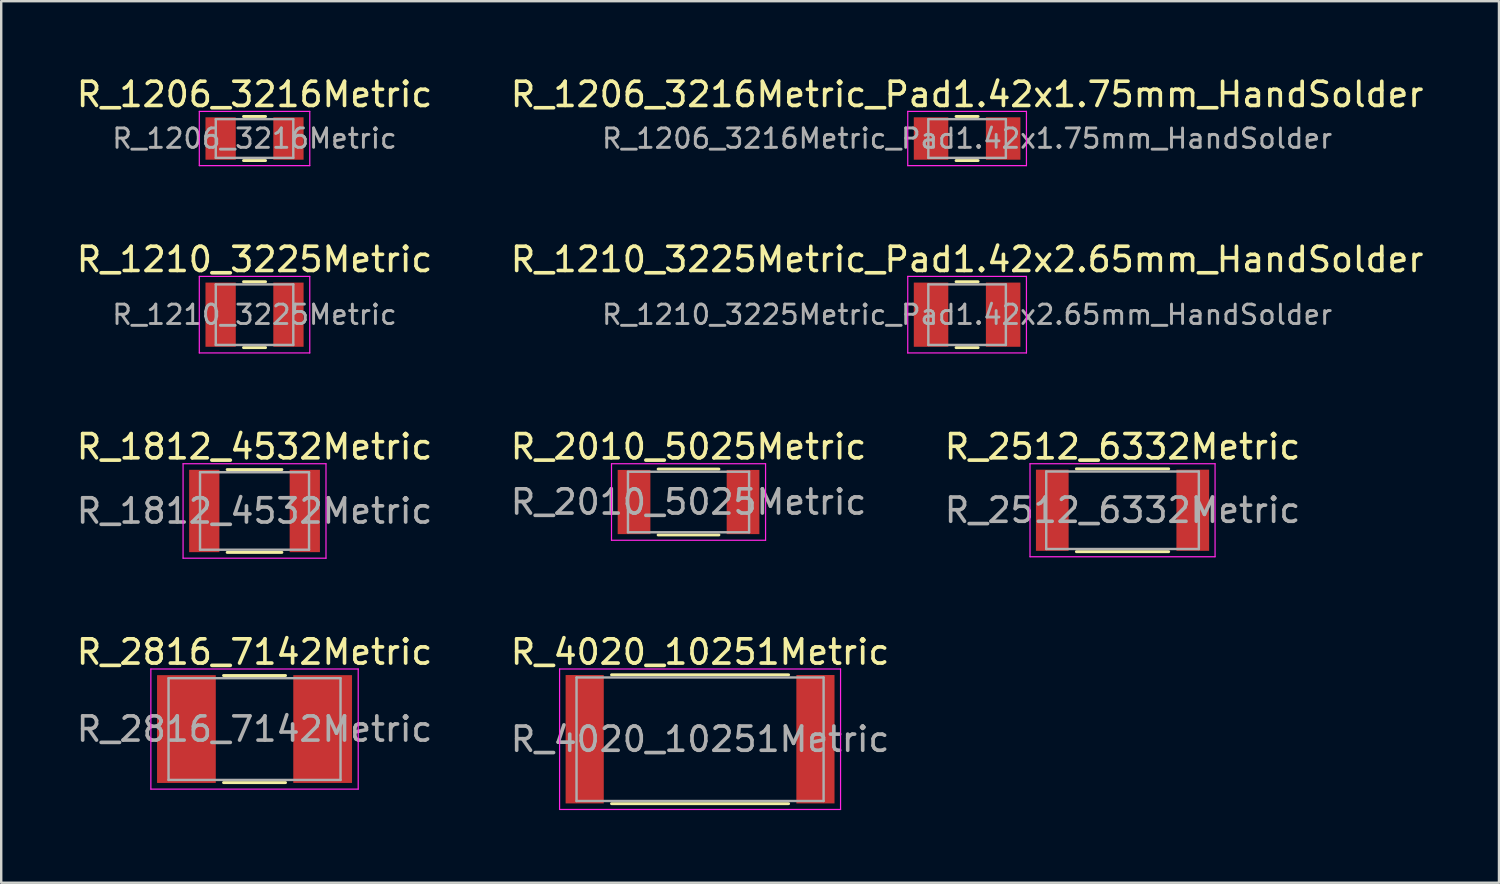
<source format=kicad_pcb>
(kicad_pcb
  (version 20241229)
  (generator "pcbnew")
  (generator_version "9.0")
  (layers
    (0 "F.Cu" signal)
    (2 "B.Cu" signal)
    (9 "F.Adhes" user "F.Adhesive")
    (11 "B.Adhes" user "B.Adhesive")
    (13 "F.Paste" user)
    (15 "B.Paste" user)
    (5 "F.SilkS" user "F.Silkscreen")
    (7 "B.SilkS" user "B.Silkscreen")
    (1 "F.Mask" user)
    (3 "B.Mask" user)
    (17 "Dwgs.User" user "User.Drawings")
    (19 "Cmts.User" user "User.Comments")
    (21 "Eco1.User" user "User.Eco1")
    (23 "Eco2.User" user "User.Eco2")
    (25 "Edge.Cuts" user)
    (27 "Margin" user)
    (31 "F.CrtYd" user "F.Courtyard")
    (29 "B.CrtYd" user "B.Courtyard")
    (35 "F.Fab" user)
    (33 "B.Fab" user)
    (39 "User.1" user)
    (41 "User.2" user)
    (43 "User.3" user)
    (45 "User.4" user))
  (footprint "R_1210_3225Metric_Pad1.42x2.65mm_HandSolder"
    (layer "F.Cu")
    (at 36.875 9.941)
    (property "Reference" "R_1210_3225Metric_Pad1.42x2.65mm_HandSolder" (at 0 -2.28 0) (layer "F.SilkS") (effects (font (size 1 1) (thickness 0.15))))
    (attr smd)
    (fp_line (start -0.455 -1.36) (end 0.455 -1.36) (stroke (width 0.12) (type solid)) (layer "F.SilkS"))
    (fp_line (start -0.455 1.36) (end 0.455 1.36) (stroke (width 0.12) (type solid)) (layer "F.SilkS"))
    (fp_line (start -2.45 -1.58) (end 2.45 -1.58) (stroke (width 0.05) (type solid)) (layer "F.CrtYd"))
    (fp_line (start -2.45 1.58) (end -2.45 -1.58) (stroke (width 0.05) (type solid)) (layer "F.CrtYd"))
    (fp_line (start 2.45 -1.58) (end 2.45 1.58) (stroke (width 0.05) (type solid)) (layer "F.CrtYd"))
    (fp_line (start 2.45 1.58) (end -2.45 1.58) (stroke (width 0.05) (type solid)) (layer "F.CrtYd"))
    (fp_line (start -1.6 -1.25) (end 1.6 -1.25) (stroke (width 0.1) (type solid)) (layer "F.Fab"))
    (fp_line (start -1.6 1.25) (end -1.6 -1.25) (stroke (width 0.1) (type solid)) (layer "F.Fab"))
    (fp_line (start 1.6 -1.25) (end 1.6 1.25) (stroke (width 0.1) (type solid)) (layer "F.Fab"))
    (fp_line (start 1.6 1.25) (end -1.6 1.25) (stroke (width 0.1) (type solid)) (layer "F.Fab"))
    (fp_text user "${REFERENCE}" (at 0 0 0) (layer "F.Fab") (effects (font (size 0.8 0.8) (thickness 0.12))))
    (pad "1" smd rect (at -1.488 0) (size 1.425 2.65) (layers "F.Cu" "F.Mask" "F.Paste"))
    (pad "2" smd rect (at 1.488 0) (size 1.425 2.65) (layers "F.Cu" "F.Mask" "F.Paste")))
  (footprint "R_1206_3216Metric"
    (layer "F.Cu")
    (at 7.458 2.668)
    (property "Reference" "R_1206_3216Metric" (at 0 -1.82 0) (layer "F.SilkS") (effects (font (size 1 1) (thickness 0.15))))
    (attr smd)
    (fp_line (start -0.455 -0.91) (end 0.455 -0.91) (stroke (width 0.12) (type solid)) (layer "F.SilkS"))
    (fp_line (start -0.455 0.91) (end 0.455 0.91) (stroke (width 0.12) (type solid)) (layer "F.SilkS"))
    (fp_line (start -2.28 -1.12) (end 2.28 -1.12) (stroke (width 0.05) (type solid)) (layer "F.CrtYd"))
    (fp_line (start -2.28 1.12) (end -2.28 -1.12) (stroke (width 0.05) (type solid)) (layer "F.CrtYd"))
    (fp_line (start 2.28 -1.12) (end 2.28 1.12) (stroke (width 0.05) (type solid)) (layer "F.CrtYd"))
    (fp_line (start 2.28 1.12) (end -2.28 1.12) (stroke (width 0.05) (type solid)) (layer "F.CrtYd"))
    (fp_line (start -1.6 -0.8) (end 1.6 -0.8) (stroke (width 0.1) (type solid)) (layer "F.Fab"))
    (fp_line (start -1.6 0.8) (end -1.6 -0.8) (stroke (width 0.1) (type solid)) (layer "F.Fab"))
    (fp_line (start 1.6 -0.8) (end 1.6 0.8) (stroke (width 0.1) (type solid)) (layer "F.Fab"))
    (fp_line (start 1.6 0.8) (end -1.6 0.8) (stroke (width 0.1) (type solid)) (layer "F.Fab"))
    (fp_text user "${REFERENCE}" (at 0 0 0) (layer "F.Fab") (effects (font (size 0.8 0.8) (thickness 0.12))))
    (pad "1" smd rect (at -1.4 0) (size 1.25 1.75) (layers "F.Cu" "F.Mask" "F.Paste"))
    (pad "2" smd rect (at 1.4 0) (size 1.25 1.75) (layers "F.Cu" "F.Mask" "F.Paste")))
  (footprint "R_2512_6332Metric"
    (layer "F.Cu")
    (at 43.292 18.015)
    (property "Reference" "R_2512_6332Metric" (at 0 -2.62 0) (layer "F.SilkS") (effects (font (size 1 1) (thickness 0.15))))
    (attr smd)
    (fp_line (start -1.905 -1.71) (end 1.905 -1.71) (stroke (width 0.12) (type solid)) (layer "F.SilkS"))
    (fp_line (start -1.905 1.71) (end 1.905 1.71) (stroke (width 0.12) (type solid)) (layer "F.SilkS"))
    (fp_line (start -3.82 -1.92) (end 3.82 -1.92) (stroke (width 0.05) (type solid)) (layer "F.CrtYd"))
    (fp_line (start -3.82 1.92) (end -3.82 -1.92) (stroke (width 0.05) (type solid)) (layer "F.CrtYd"))
    (fp_line (start 3.82 -1.92) (end 3.82 1.92) (stroke (width 0.05) (type solid)) (layer "F.CrtYd"))
    (fp_line (start 3.82 1.92) (end -3.82 1.92) (stroke (width 0.05) (type solid)) (layer "F.CrtYd"))
    (fp_line (start -3.15 -1.6) (end 3.15 -1.6) (stroke (width 0.1) (type solid)) (layer "F.Fab"))
    (fp_line (start -3.15 1.6) (end -3.15 -1.6) (stroke (width 0.1) (type solid)) (layer "F.Fab"))
    (fp_line (start 3.15 -1.6) (end 3.15 1.6) (stroke (width 0.1) (type solid)) (layer "F.Fab"))
    (fp_line (start 3.15 1.6) (end -3.15 1.6) (stroke (width 0.1) (type solid)) (layer "F.Fab"))
    (fp_text user "${REFERENCE}" (at 0 0 0) (layer "F.Fab") (effects (font (size 1 1) (thickness 0.15))))
    (pad "1" smd rect (at -2.9 0) (size 1.35 3.35) (layers "F.Cu" "F.Mask" "F.Paste"))
    (pad "2" smd rect (at 2.9 0) (size 1.35 3.35) (layers "F.Cu" "F.Mask" "F.Paste")))
  (footprint "R_4020_10251Metric"
    (layer "F.Cu")
    (at 25.851 27.468)
    (property "Reference" "R_4020_10251Metric" (at 0 -3.6 0) (layer "F.SilkS") (effects (font (size 1 1) (thickness 0.15))))
    (attr smd)
    (fp_line (start -3.655 -2.66) (end 3.655 -2.66) (stroke (width 0.12) (type solid)) (layer "F.SilkS"))
    (fp_line (start -3.655 2.66) (end 3.655 2.66) (stroke (width 0.12) (type solid)) (layer "F.SilkS"))
    (fp_line (start -5.8 -2.9) (end 5.8 -2.9) (stroke (width 0.05) (type solid)) (layer "F.CrtYd"))
    (fp_line (start -5.8 2.9) (end -5.8 -2.9) (stroke (width 0.05) (type solid)) (layer "F.CrtYd"))
    (fp_line (start 5.8 -2.9) (end 5.8 2.9) (stroke (width 0.05) (type solid)) (layer "F.CrtYd"))
    (fp_line (start 5.8 2.9) (end -5.8 2.9) (stroke (width 0.05) (type solid)) (layer "F.CrtYd"))
    (fp_line (start -5.1 -2.55) (end 5.1 -2.55) (stroke (width 0.1) (type solid)) (layer "F.Fab"))
    (fp_line (start -5.1 2.55) (end -5.1 -2.55) (stroke (width 0.1) (type solid)) (layer "F.Fab"))
    (fp_line (start 5.1 -2.55) (end 5.1 2.55) (stroke (width 0.1) (type solid)) (layer "F.Fab"))
    (fp_line (start 5.1 2.55) (end -5.1 2.55) (stroke (width 0.1) (type solid)) (layer "F.Fab"))
    (fp_text user "${REFERENCE}" (at 0 0 0) (layer "F.Fab") (effects (font (size 1 1) (thickness 0.15))))
    (pad "1" smd rect (at -4.763 0) (size 1.575 5.3) (layers "F.Cu" "F.Mask" "F.Paste"))
    (pad "2" smd rect (at 4.763 0) (size 1.575 5.3) (layers "F.Cu" "F.Mask" "F.Paste")))
  (footprint "R_1206_3216Metric_Pad1.42x1.75mm_HandSolder"
    (layer "F.Cu")
    (at 36.875 2.668)
    (property "Reference" "R_1206_3216Metric_Pad1.42x1.75mm_HandSolder" (at 0 -1.82 0) (layer "F.SilkS") (effects (font (size 1 1) (thickness 0.15))))
    (attr smd)
    (fp_line (start -0.455 -0.91) (end 0.455 -0.91) (stroke (width 0.12) (type solid)) (layer "F.SilkS"))
    (fp_line (start -0.455 0.91) (end 0.455 0.91) (stroke (width 0.12) (type solid)) (layer "F.SilkS"))
    (fp_line (start -2.45 -1.12) (end 2.45 -1.12) (stroke (width 0.05) (type solid)) (layer "F.CrtYd"))
    (fp_line (start -2.45 1.12) (end -2.45 -1.12) (stroke (width 0.05) (type solid)) (layer "F.CrtYd"))
    (fp_line (start 2.45 -1.12) (end 2.45 1.12) (stroke (width 0.05) (type solid)) (layer "F.CrtYd"))
    (fp_line (start 2.45 1.12) (end -2.45 1.12) (stroke (width 0.05) (type solid)) (layer "F.CrtYd"))
    (fp_line (start -1.6 -0.8) (end 1.6 -0.8) (stroke (width 0.1) (type solid)) (layer "F.Fab"))
    (fp_line (start -1.6 0.8) (end -1.6 -0.8) (stroke (width 0.1) (type solid)) (layer "F.Fab"))
    (fp_line (start 1.6 -0.8) (end 1.6 0.8) (stroke (width 0.1) (type solid)) (layer "F.Fab"))
    (fp_line (start 1.6 0.8) (end -1.6 0.8) (stroke (width 0.1) (type solid)) (layer "F.Fab"))
    (fp_text user "${REFERENCE}" (at 0 0 0) (layer "F.Fab") (effects (font (size 0.8 0.8) (thickness 0.12))))
    (pad "1" smd rect (at -1.488 0) (size 1.425 1.75) (layers "F.Cu" "F.Mask" "F.Paste"))
    (pad "2" smd rect (at 1.488 0) (size 1.425 1.75) (layers "F.Cu" "F.Mask" "F.Paste")))
  (footprint "R_2010_5025Metric"
    (layer "F.Cu")
    (at 25.375 17.675)
    (property "Reference" "R_2010_5025Metric" (at 0 -2.28 0) (layer "F.SilkS") (effects (font (size 1 1) (thickness 0.15))))
    (attr smd)
    (fp_line (start -1.255 -1.36) (end 1.255 -1.36) (stroke (width 0.12) (type solid)) (layer "F.SilkS"))
    (fp_line (start -1.255 1.36) (end 1.255 1.36) (stroke (width 0.12) (type solid)) (layer "F.SilkS"))
    (fp_line (start -3.18 -1.58) (end 3.18 -1.58) (stroke (width 0.05) (type solid)) (layer "F.CrtYd"))
    (fp_line (start -3.18 1.58) (end -3.18 -1.58) (stroke (width 0.05) (type solid)) (layer "F.CrtYd"))
    (fp_line (start 3.18 -1.58) (end 3.18 1.58) (stroke (width 0.05) (type solid)) (layer "F.CrtYd"))
    (fp_line (start 3.18 1.58) (end -3.18 1.58) (stroke (width 0.05) (type solid)) (layer "F.CrtYd"))
    (fp_line (start -2.5 -1.25) (end 2.5 -1.25) (stroke (width 0.1) (type solid)) (layer "F.Fab"))
    (fp_line (start -2.5 1.25) (end -2.5 -1.25) (stroke (width 0.1) (type solid)) (layer "F.Fab"))
    (fp_line (start 2.5 -1.25) (end 2.5 1.25) (stroke (width 0.1) (type solid)) (layer "F.Fab"))
    (fp_line (start 2.5 1.25) (end -2.5 1.25) (stroke (width 0.1) (type solid)) (layer "F.Fab"))
    (fp_text user "${REFERENCE}" (at 0 0 0) (layer "F.Fab") (effects (font (size 1 1) (thickness 0.15))))
    (pad "1" smd rect (at -2.25 0) (size 1.35 2.65) (layers "F.Cu" "F.Mask" "F.Paste"))
    (pad "2" smd rect (at 2.25 0) (size 1.35 2.65) (layers "F.Cu" "F.Mask" "F.Paste")))
  (footprint "R_1812_4532Metric"
    (layer "F.Cu")
    (at 7.458 18.045)
    (property "Reference" "R_1812_4532Metric" (at 0 -2.65 0) (layer "F.SilkS") (effects (font (size 1 1) (thickness 0.15))))
    (attr smd)
    (fp_line (start -1.13 -1.71) (end 1.13 -1.71) (stroke (width 0.12) (type solid)) (layer "F.SilkS"))
    (fp_line (start -1.13 1.71) (end 1.13 1.71) (stroke (width 0.12) (type solid)) (layer "F.SilkS"))
    (fp_line (start -2.95 -1.95) (end 2.95 -1.95) (stroke (width 0.05) (type solid)) (layer "F.CrtYd"))
    (fp_line (start -2.95 1.95) (end -2.95 -1.95) (stroke (width 0.05) (type solid)) (layer "F.CrtYd"))
    (fp_line (start 2.95 -1.95) (end 2.95 1.95) (stroke (width 0.05) (type solid)) (layer "F.CrtYd"))
    (fp_line (start 2.95 1.95) (end -2.95 1.95) (stroke (width 0.05) (type solid)) (layer "F.CrtYd"))
    (fp_line (start -2.25 -1.6) (end 2.25 -1.6) (stroke (width 0.1) (type solid)) (layer "F.Fab"))
    (fp_line (start -2.25 1.6) (end -2.25 -1.6) (stroke (width 0.1) (type solid)) (layer "F.Fab"))
    (fp_line (start 2.25 -1.6) (end 2.25 1.6) (stroke (width 0.1) (type solid)) (layer "F.Fab"))
    (fp_line (start 2.25 1.6) (end -2.25 1.6) (stroke (width 0.1) (type solid)) (layer "F.Fab"))
    (fp_text user "${REFERENCE}" (at 0 0 0) (layer "F.Fab") (effects (font (size 1 1) (thickness 0.15))))
    (pad "1" smd rect (at -2.075 0) (size 1.25 3.4) (layers "F.Cu" "F.Mask" "F.Paste"))
    (pad "2" smd rect (at 2.075 0) (size 1.25 3.4) (layers "F.Cu" "F.Mask" "F.Paste")))
  (footprint "R_2816_7142Metric"
    (layer "F.Cu")
    (at 7.458 27.048)
    (property "Reference" "R_2816_7142Metric" (at 0 -3.18 0) (layer "F.SilkS") (effects (font (size 1 1) (thickness 0.15))))
    (attr smd)
    (fp_line (start -1.28 -2.21) (end 1.28 -2.21) (stroke (width 0.12) (type solid)) (layer "F.SilkS"))
    (fp_line (start -1.28 2.21) (end 1.28 2.21) (stroke (width 0.12) (type solid)) (layer "F.SilkS"))
    (fp_line (start -4.28 -2.48) (end 4.28 -2.48) (stroke (width 0.05) (type solid)) (layer "F.CrtYd"))
    (fp_line (start -4.28 2.48) (end -4.28 -2.48) (stroke (width 0.05) (type solid)) (layer "F.CrtYd"))
    (fp_line (start 4.28 -2.48) (end 4.28 2.48) (stroke (width 0.05) (type solid)) (layer "F.CrtYd"))
    (fp_line (start 4.28 2.48) (end -4.28 2.48) (stroke (width 0.05) (type solid)) (layer "F.CrtYd"))
    (fp_line (start -3.55 -2.1) (end 3.55 -2.1) (stroke (width 0.1) (type solid)) (layer "F.Fab"))
    (fp_line (start -3.55 2.1) (end -3.55 -2.1) (stroke (width 0.1) (type solid)) (layer "F.Fab"))
    (fp_line (start 3.55 -2.1) (end 3.55 2.1) (stroke (width 0.1) (type solid)) (layer "F.Fab"))
    (fp_line (start 3.55 2.1) (end -3.55 2.1) (stroke (width 0.1) (type solid)) (layer "F.Fab"))
    (fp_text user "${REFERENCE}" (at 0 0 0) (layer "F.Fab") (effects (font (size 1 1) (thickness 0.15))))
    (pad "1" smd rect (at -2.812 0) (size 2.425 4.45) (layers "F.Cu" "F.Mask" "F.Paste"))
    (pad "2" smd rect (at 2.812 0) (size 2.425 4.45) (layers "F.Cu" "F.Mask" "F.Paste")))
  (footprint "R_1210_3225Metric"
    (layer "F.Cu")
    (at 7.458 9.941)
    (property "Reference" "R_1210_3225Metric" (at 0 -2.28 0) (layer "F.SilkS") (effects (font (size 1 1) (thickness 0.15))))
    (attr smd)
    (fp_line (start -0.455 -1.36) (end 0.455 -1.36) (stroke (width 0.12) (type solid)) (layer "F.SilkS"))
    (fp_line (start -0.455 1.36) (end 0.455 1.36) (stroke (width 0.12) (type solid)) (layer "F.SilkS"))
    (fp_line (start -2.28 -1.58) (end 2.28 -1.58) (stroke (width 0.05) (type solid)) (layer "F.CrtYd"))
    (fp_line (start -2.28 1.58) (end -2.28 -1.58) (stroke (width 0.05) (type solid)) (layer "F.CrtYd"))
    (fp_line (start 2.28 -1.58) (end 2.28 1.58) (stroke (width 0.05) (type solid)) (layer "F.CrtYd"))
    (fp_line (start 2.28 1.58) (end -2.28 1.58) (stroke (width 0.05) (type solid)) (layer "F.CrtYd"))
    (fp_line (start -1.6 -1.25) (end 1.6 -1.25) (stroke (width 0.1) (type solid)) (layer "F.Fab"))
    (fp_line (start -1.6 1.25) (end -1.6 -1.25) (stroke (width 0.1) (type solid)) (layer "F.Fab"))
    (fp_line (start 1.6 -1.25) (end 1.6 1.25) (stroke (width 0.1) (type solid)) (layer "F.Fab"))
    (fp_line (start 1.6 1.25) (end -1.6 1.25) (stroke (width 0.1) (type solid)) (layer "F.Fab"))
    (fp_text user "${REFERENCE}" (at 0 0 0) (layer "F.Fab") (effects (font (size 0.8 0.8) (thickness 0.12))))
    (pad "1" smd rect (at -1.4 0) (size 1.25 2.65) (layers "F.Cu" "F.Mask" "F.Paste"))
    (pad "2" smd rect (at 1.4 0) (size 1.25 2.65) (layers "F.Cu" "F.Mask" "F.Paste")))
  (gr_rect
    (start -3 -3)
    (end 58.833 33.393)
    (stroke (width 0.1) (type default))
    (fill no)
    (layer "Edge.Cuts")))
</source>
